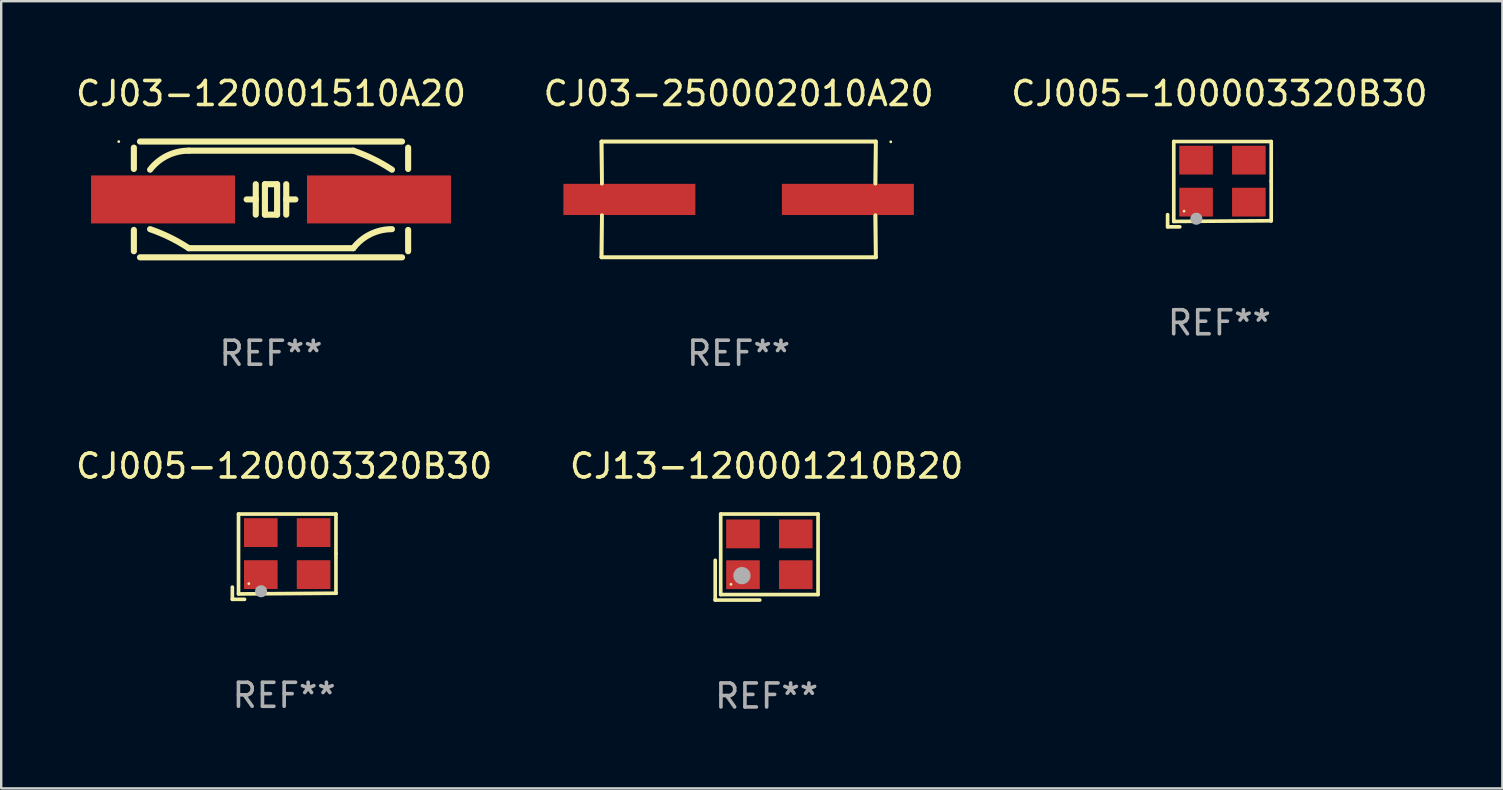
<source format=kicad_pcb>
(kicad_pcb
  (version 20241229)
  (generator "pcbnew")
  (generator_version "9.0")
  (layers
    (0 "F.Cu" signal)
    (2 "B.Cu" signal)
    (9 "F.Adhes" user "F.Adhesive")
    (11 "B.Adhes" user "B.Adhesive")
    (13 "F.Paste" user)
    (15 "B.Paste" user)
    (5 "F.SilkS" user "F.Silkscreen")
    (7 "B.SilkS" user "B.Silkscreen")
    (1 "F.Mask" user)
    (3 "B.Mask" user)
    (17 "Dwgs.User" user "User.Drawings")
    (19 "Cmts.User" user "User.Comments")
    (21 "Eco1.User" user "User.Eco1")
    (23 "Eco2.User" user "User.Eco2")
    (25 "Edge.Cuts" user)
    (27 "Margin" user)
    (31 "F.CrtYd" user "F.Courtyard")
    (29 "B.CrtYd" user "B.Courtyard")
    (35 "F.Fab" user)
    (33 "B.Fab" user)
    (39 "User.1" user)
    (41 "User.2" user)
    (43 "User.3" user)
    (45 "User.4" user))
  (footprint "CJ13-120001210B20"
    (layer "F.Cu")
    (at 28.899 20.164)
    (property "Reference" "CJ13-120001210B20" (at 0 -3.793 0) (layer "F.SilkS") (effects (font (size 1 1) (thickness 0.15))))
    (attr through_hole)
    (fp_line (start -2.143 0.136) (end -2.143 1.793) (stroke (width 0.152) (type solid)) (layer "F.SilkS"))
    (fp_line (start -2.143 1.793) (end -0.286 1.793) (stroke (width 0.152) (type solid)) (layer "F.SilkS"))
    (fp_line (start -1.914 -1.793) (end 2.143 -1.793) (stroke (width 0.152) (type solid)) (layer "F.SilkS"))
    (fp_line (start -1.914 1.564) (end -1.914 -1.793) (stroke (width 0.152) (type solid)) (layer "F.SilkS"))
    (fp_line (start 2.143 -1.793) (end 2.143 1.564) (stroke (width 0.152) (type solid)) (layer "F.SilkS"))
    (fp_line (start 2.143 1.564) (end -1.914 1.564) (stroke (width 0.152) (type solid)) (layer "F.SilkS"))
    (fp_circle (center -1.486 1.136) (end -1.456 1.136) (stroke (width 0.06) (type solid)) (fill no) (layer "F.SilkS"))
    (fp_circle (center -1.029 0.775) (end -0.849 0.775) (stroke (width 0.36) (type solid)) (fill no) (layer "F.Fab"))
    (fp_text user "REF**" (at 0 5.793 0) (layer "F.Fab") (effects (font (size 1 1) (thickness 0.15))))
    (pad "1" smd rect (at -0.986 0.736) (size 1.4 1.2) (layers "F.Cu" "F.Mask" "F.Paste"))
    (pad "2" smd rect (at 1.214 0.736) (size 1.4 1.2) (layers "F.Cu" "F.Mask" "F.Paste"))
    (pad "3" smd rect (at 1.214 -0.964) (size 1.4 1.2) (layers "F.Cu" "F.Mask" "F.Paste"))
    (pad "4" smd rect (at -0.986 -0.964) (size 1.4 1.2) (layers "F.Cu" "F.Mask" "F.Paste")))
  (footprint "CJ005-120003320B30"
    (layer "F.Cu")
    (at 8.792 20.149)
    (property "Reference" "CJ005-120003320B30" (at 0 -3.778 0) (layer "F.SilkS") (effects (font (size 1 1) (thickness 0.15))))
    (attr through_hole)
    (fp_line (start -2.159 1.27) (end -2.159 1.778) (stroke (width 0.152) (type solid)) (layer "F.SilkS"))
    (fp_line (start -2.159 1.778) (end -1.651 1.778) (stroke (width 0.152) (type solid)) (layer "F.SilkS"))
    (fp_line (start -1.902 -1.778) (end 2.159 -1.778) (stroke (width 0.152) (type solid)) (layer "F.SilkS"))
    (fp_line (start -1.902 1.552) (end -1.902 -1.778) (stroke (width 0.152) (type solid)) (layer "F.SilkS"))
    (fp_line (start 2.159 -1.778) (end 2.159 -0.127) (stroke (width 0.152) (type solid)) (layer "F.SilkS"))
    (fp_line (start 2.159 -0.127) (end 2.159 1.524) (stroke (width 0.152) (type solid)) (layer "F.SilkS"))
    (fp_line (start 2.159 1.524) (end -1.902 1.552) (stroke (width 0.152) (type solid)) (layer "F.SilkS"))
    (fp_line (start 2.159 1.524) (end 2.159 1.524) (stroke (width 0.152) (type solid)) (layer "F.SilkS"))
    (fp_circle (center -1.473 1.123) (end -1.443 1.123) (stroke (width 0.06) (type solid)) (fill no) (layer "F.SilkS"))
    (fp_circle (center -0.961 1.44) (end -0.834 1.44) (stroke (width 0.254) (type solid)) (fill no) (layer "F.Fab"))
    (fp_text user "REF**" (at 0 5.778 0) (layer "F.Fab") (effects (font (size 1 1) (thickness 0.15))))
    (pad "1" smd rect (at -0.973 0.748) (size 1.4 1.2) (layers "F.Cu" "F.Mask" "F.Paste"))
    (pad "2" smd rect (at 1.227 0.748) (size 1.4 1.2) (layers "F.Cu" "F.Mask" "F.Paste"))
    (pad "3" smd rect (at 1.227 -1.002) (size 1.4 1.2) (layers "F.Cu" "F.Mask" "F.Paste"))
    (pad "4" smd rect (at -0.973 -1.002) (size 1.4 1.2) (layers "F.Cu" "F.Mask" "F.Paste")))
  (footprint "CJ03-250002010A20"
    (layer "F.Cu")
    (at 27.732 5.261)
    (property "Reference" "CJ03-250002010A20" (at 0 -4.413 0) (layer "F.SilkS") (effects (font (size 1 1) (thickness 0.15))))
    (attr through_hole)
    (fp_line (start -5.715 -2.413) (end -5.7 -0.662) (stroke (width 0.152) (type solid)) (layer "F.SilkS"))
    (fp_line (start -5.715 -2.413) (end -5.7 -0.662) (stroke (width 0.152) (type solid)) (layer "F.SilkS"))
    (fp_line (start -5.715 2.413) (end 5.715 2.413) (stroke (width 0.152) (type solid)) (layer "F.SilkS"))
    (fp_line (start -5.715 2.413) (end 5.715 2.413) (stroke (width 0.152) (type solid)) (layer "F.SilkS"))
    (fp_line (start -5.7 0.662) (end -5.715 2.413) (stroke (width 0.152) (type solid)) (layer "F.SilkS"))
    (fp_line (start -5.7 0.662) (end -5.715 2.413) (stroke (width 0.152) (type solid)) (layer "F.SilkS"))
    (fp_line (start 5.7 -0.662) (end 5.715 -2.413) (stroke (width 0.152) (type solid)) (layer "F.SilkS"))
    (fp_line (start 5.7 -0.662) (end 5.715 -2.413) (stroke (width 0.152) (type solid)) (layer "F.SilkS"))
    (fp_line (start 5.715 -2.413) (end -5.715 -2.413) (stroke (width 0.152) (type solid)) (layer "F.SilkS"))
    (fp_line (start 5.715 -2.413) (end -5.715 -2.413) (stroke (width 0.152) (type solid)) (layer "F.SilkS"))
    (fp_line (start 5.715 2.413) (end 5.7 0.662) (stroke (width 0.152) (type solid)) (layer "F.SilkS"))
    (fp_line (start 5.715 2.413) (end 5.7 0.662) (stroke (width 0.152) (type solid)) (layer "F.SilkS"))
    (fp_circle (center 6.34 -2.4) (end 6.37 -2.4) (stroke (width 0.06) (type solid)) (fill no) (layer "F.SilkS"))
    (fp_text user "REF**" (at 0 6.413 0) (layer "F.Fab") (effects (font (size 1 1) (thickness 0.15))))
    (pad "1" smd rect (at 4.553 0) (size 5.5 1.3) (layers "F.Cu" "F.Mask" "F.Paste"))
    (pad "2" smd rect (at -4.553 0) (size 5.5 1.3) (layers "F.Cu" "F.Mask" "F.Paste")))
  (footprint "CJ005-100003320B30"
    (layer "F.Cu")
    (at 47.768 4.626)
    (property "Reference" "CJ005-100003320B30" (at 0 -3.778 0) (layer "F.SilkS") (effects (font (size 1 1) (thickness 0.15))))
    (attr through_hole)
    (fp_line (start -2.159 1.27) (end -2.159 1.778) (stroke (width 0.152) (type solid)) (layer "F.SilkS"))
    (fp_line (start -2.159 1.778) (end -1.651 1.778) (stroke (width 0.152) (type solid)) (layer "F.SilkS"))
    (fp_line (start -1.902 -1.778) (end 2.159 -1.778) (stroke (width 0.152) (type solid)) (layer "F.SilkS"))
    (fp_line (start -1.902 1.552) (end -1.902 -1.778) (stroke (width 0.152) (type solid)) (layer "F.SilkS"))
    (fp_line (start 2.159 -1.778) (end 2.159 -0.127) (stroke (width 0.152) (type solid)) (layer "F.SilkS"))
    (fp_line (start 2.159 -0.127) (end 2.159 1.524) (stroke (width 0.152) (type solid)) (layer "F.SilkS"))
    (fp_line (start 2.159 1.524) (end -1.902 1.552) (stroke (width 0.152) (type solid)) (layer "F.SilkS"))
    (fp_line (start 2.159 1.524) (end 2.159 1.524) (stroke (width 0.152) (type solid)) (layer "F.SilkS"))
    (fp_circle (center -1.473 1.123) (end -1.443 1.123) (stroke (width 0.06) (type solid)) (fill no) (layer "F.SilkS"))
    (fp_circle (center -0.961 1.44) (end -0.834 1.44) (stroke (width 0.254) (type solid)) (fill no) (layer "F.Fab"))
    (fp_text user "REF**" (at 0 5.778 0) (layer "F.Fab") (effects (font (size 1 1) (thickness 0.15))))
    (pad "1" smd rect (at -0.973 0.748) (size 1.4 1.2) (layers "F.Cu" "F.Mask" "F.Paste"))
    (pad "2" smd rect (at 1.227 0.748) (size 1.4 1.2) (layers "F.Cu" "F.Mask" "F.Paste"))
    (pad "3" smd rect (at 1.227 -1.002) (size 1.4 1.2) (layers "F.Cu" "F.Mask" "F.Paste"))
    (pad "4" smd rect (at -0.973 -1.002) (size 1.4 1.2) (layers "F.Cu" "F.Mask" "F.Paste")))
  (footprint "CJ03-120001510A20"
    (layer "F.Cu")
    (at 8.244 5.261)
    (property "Reference" "CJ03-120001510A20" (at 0 -4.413 0) (layer "F.SilkS") (effects (font (size 1 1) (thickness 0.15))))
    (attr through_hole)
    (fp_line (start -5.715 -2.159) (end -5.715 -1.27) (stroke (width 0.254) (type solid)) (layer "F.SilkS"))
    (fp_line (start -5.715 2.159) (end -5.715 1.27) (stroke (width 0.254) (type solid)) (layer "F.SilkS"))
    (fp_line (start -3.429 -2.032) (end 3.429 -2.032) (stroke (width 0.254) (type solid)) (layer "F.SilkS"))
    (fp_line (start -0.635 -0.635) (end -0.635 0) (stroke (width 0.254) (type solid)) (layer "F.SilkS"))
    (fp_line (start -0.635 0) (end -1.016 0) (stroke (width 0.254) (type solid)) (layer "F.SilkS"))
    (fp_line (start -0.635 0) (end -0.635 0.635) (stroke (width 0.254) (type solid)) (layer "F.SilkS"))
    (fp_line (start -0.254 -0.635) (end -0.254 0.635) (stroke (width 0.254) (type solid)) (layer "F.SilkS"))
    (fp_line (start -0.254 0.635) (end 0.254 0.635) (stroke (width 0.254) (type solid)) (layer "F.SilkS"))
    (fp_line (start 0.254 -0.635) (end -0.254 -0.635) (stroke (width 0.254) (type solid)) (layer "F.SilkS"))
    (fp_line (start 0.254 0.635) (end 0.254 -0.635) (stroke (width 0.254) (type solid)) (layer "F.SilkS"))
    (fp_line (start 0.635 -0.635) (end 0.635 0) (stroke (width 0.254) (type solid)) (layer "F.SilkS"))
    (fp_line (start 0.635 0) (end 0.635 0.635) (stroke (width 0.254) (type solid)) (layer "F.SilkS"))
    (fp_line (start 0.635 0) (end 1.016 0) (stroke (width 0.254) (type solid)) (layer "F.SilkS"))
    (fp_line (start 3.429 2.032) (end -3.429 2.032) (stroke (width 0.254) (type solid)) (layer "F.SilkS"))
    (fp_line (start 5.461 -2.413) (end -5.461 -2.413) (stroke (width 0.254) (type solid)) (layer "F.SilkS"))
    (fp_line (start 5.461 2.413) (end -5.461 2.413) (stroke (width 0.254) (type solid)) (layer "F.SilkS"))
    (fp_line (start 5.715 -2.159) (end 5.715 -1.27) (stroke (width 0.254) (type solid)) (layer "F.SilkS"))
    (fp_line (start 5.715 2.159) (end 5.715 1.27) (stroke (width 0.254) (type solid)) (layer "F.SilkS"))
    (fp_arc (start -5.039649 -1.238964) (mid -4.326674 -1.823064) (end -3.429007 -2.032105) (stroke (width 0.254001) (type solid)) (layer "F.SilkS"))
    (fp_arc (start -5.039649 1.238964) (mid -4.209364 1.584785) (end -3.429006 2.032005) (stroke (width 0.254001) (type solid)) (layer "F.SilkS"))
    (fp_arc (start 3.429007 -2.032004) (mid 4.259292 -1.686184) (end 5.03965 -1.238964) (stroke (width 0.254001) (type solid)) (layer "F.SilkS"))
    (fp_arc (start 3.429007 2.032004) (mid 4.141933 1.447919) (end 5.039548 1.238862) (stroke (width 0.254001) (type solid)) (layer "F.SilkS"))
    (fp_circle (center -6.345 -2.41) (end -6.315 -2.41) (stroke (width 0.06) (type solid)) (fill no) (layer "F.SilkS"))
    (fp_text user "REF**" (at 0 6.413 0) (layer "F.Fab") (effects (font (size 1 1) (thickness 0.15))))
    (pad "1" smd rect (at -4.5 0) (size 6 2) (layers "F.Cu" "F.Mask" "F.Paste"))
    (pad "2" smd rect (at 4.5 0) (size 6 2) (layers "F.Cu" "F.Mask" "F.Paste")))
  (gr_rect
    (start -3 -3)
    (end 59.56 29.805)
    (stroke (width 0.1) (type default))
    (fill no)
    (layer "Edge.Cuts")))
</source>
